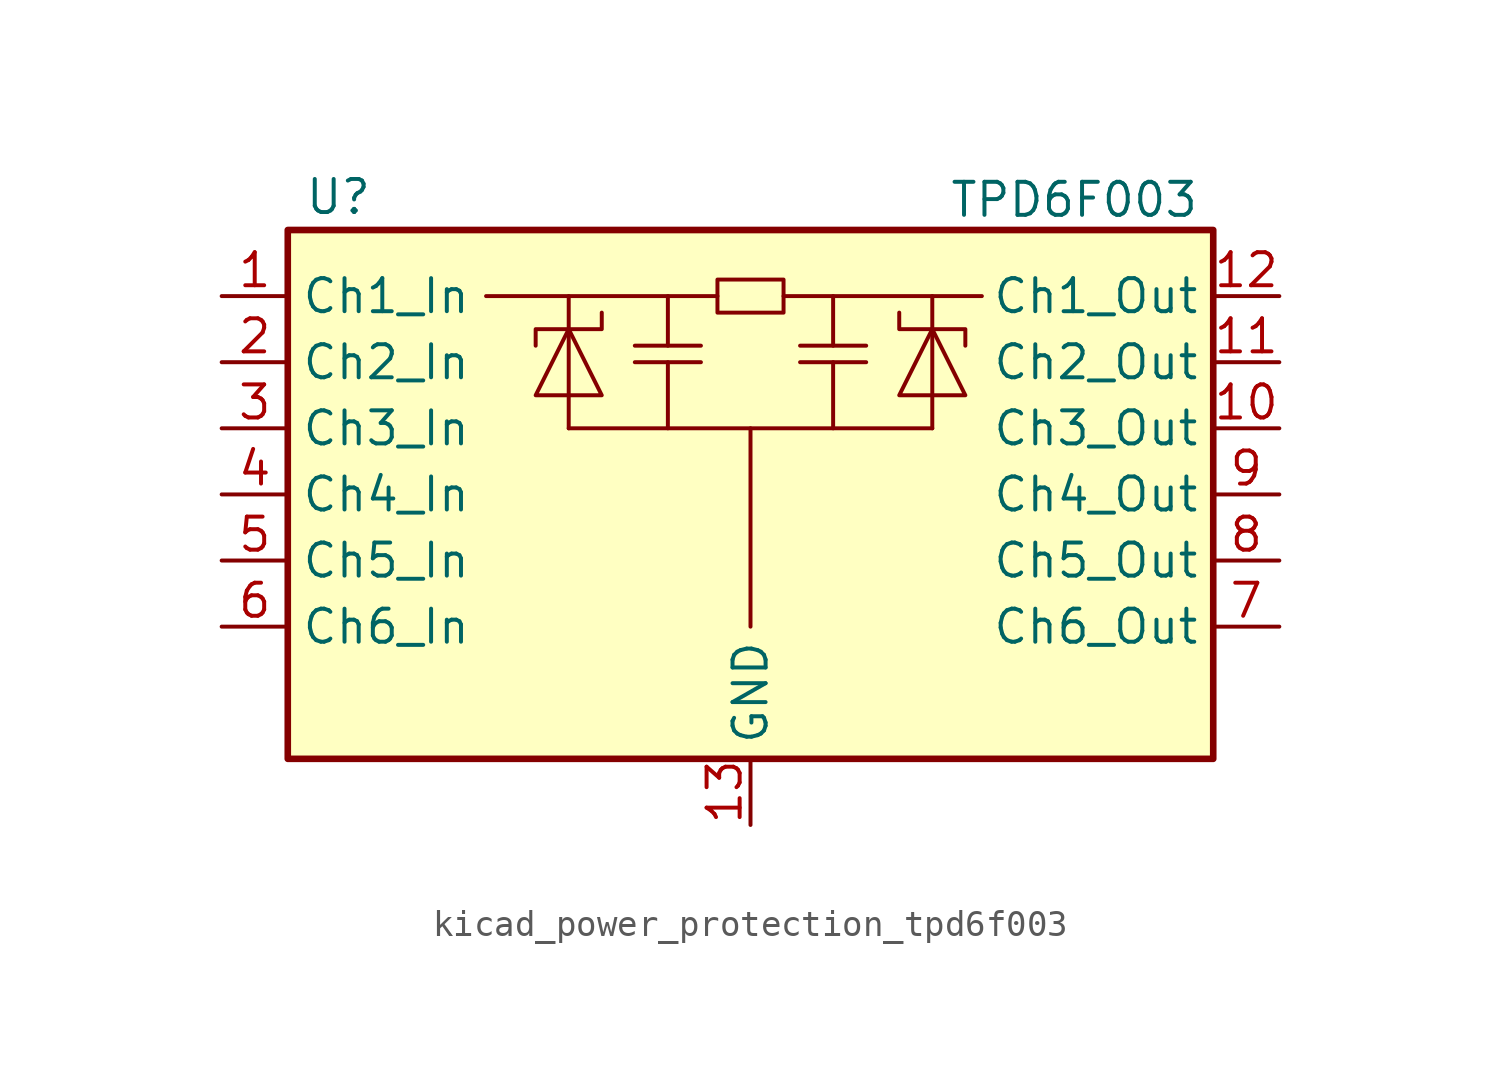
<source format=kicad_sym>
(kicad_symbol_lib
  (version 20220914)
  (generator kicad_symbol_editor)
  (symbol "kicad_power_protection_tpd6f003"
    (property "Reference" "U"
      (at -17.145 11.43 0)
      (effects (font (size 1.27 1.27)) (justify left)))
    (property "Value" "TPD6F003"
      (at 7.62 12.065 0)
      (effects (font (size 1.27 1.27)) (justify left top)))
    (symbol "kicad_power_protection_tpd6f003_0_1"
      (rectangle (start -17.78 10.16) (end 17.78 -10.16) (stroke (width 0.254) (type default)) (fill (type background)))
      (polyline (pts (xy -6.985 2.54) (xy 6.985 2.54)) (stroke (width 0) (type default)) (fill (type none)))
      (polyline (pts (xy -6.985 6.35) (xy -6.985 7.62)) (stroke (width 0) (type default)) (fill (type none)))
      (polyline (pts (xy -4.445 5.715) (xy -1.905 5.715)) (stroke (width 0) (type default)) (fill (type none)))
      (polyline (pts (xy -3.175 5.08) (xy -3.175 2.54)) (stroke (width 0) (type default)) (fill (type none)))
      (polyline (pts (xy -3.175 7.62) (xy -3.175 5.715)) (stroke (width 0) (type default)) (fill (type none)))
      (polyline (pts (xy -1.905 5.08) (xy -4.445 5.08)) (stroke (width 0) (type default)) (fill (type none)))
      (polyline (pts (xy -1.27 7.62) (xy -10.16 7.62)) (stroke (width 0) (type default)) (fill (type none)))
      (polyline (pts (xy 0 2.54) (xy 0 -5.08)) (stroke (width 0) (type default)) (fill (type none)))
      (polyline (pts (xy 1.27 7.62) (xy 8.89 7.62)) (stroke (width 0) (type default)) (fill (type none)))
      (polyline (pts (xy 1.905 5.715) (xy 4.445 5.715)) (stroke (width 0) (type default)) (fill (type none)))
      (polyline (pts (xy 3.175 5.08) (xy 3.175 2.54)) (stroke (width 0) (type default)) (fill (type none)))
      (polyline (pts (xy 3.175 7.62) (xy 3.175 5.715)) (stroke (width 0) (type default)) (fill (type none)))
      (polyline (pts (xy 4.445 5.08) (xy 1.905 5.08)) (stroke (width 0) (type default)) (fill (type none)))
      (polyline (pts (xy 6.985 6.35) (xy 6.985 7.62)) (stroke (width 0) (type default)) (fill (type none)))
      (polyline (pts (xy -6.985 3.81) (xy -6.985 6.35) (xy -6.985 2.54)) (stroke (width 0) (type default)) (fill (type none)))
      (polyline (pts (xy 6.985 3.81) (xy 6.985 6.35) (xy 6.985 2.54)) (stroke (width 0) (type default)) (fill (type none)))
      (polyline (pts (xy -6.985 6.35) (xy -5.715 3.81) (xy -8.255 3.81) (xy -6.985 6.35)) (stroke (width 0) (type default)) (fill (type none)))
      (polyline (pts (xy -5.715 6.985) (xy -5.715 6.35) (xy -8.255 6.35) (xy -8.255 5.715)) (stroke (width 0) (type default)) (fill (type none)))
      (polyline (pts (xy 5.715 6.985) (xy 5.715 6.35) (xy 8.255 6.35) (xy 8.255 5.715)) (stroke (width 0) (type default)) (fill (type none)))
      (polyline (pts (xy 6.985 6.35) (xy 5.715 3.81) (xy 8.255 3.81) (xy 6.985 6.35)) (stroke (width 0) (type default)) (fill (type none)))
      (polyline (pts (xy -1.27 7.62) (xy -1.27 6.985) (xy 1.27 6.985) (xy 1.27 8.255) (xy -1.27 8.255) (xy -1.27 7.62)) (stroke (width 0) (type default)) (fill (type none))))
    (symbol "kicad_power_protection_tpd6f003_1_1"
      (pin passive line (at -20.32 7.62 0) (length 2.54) (name "Ch1_In" (effects (font (size 1.27 1.27)))) (number "1" (effects (font (size 1.27 1.27)))))
      (pin passive line (at 20.32 2.54 180) (length 2.54) (name "Ch3_Out" (effects (font (size 1.27 1.27)))) (number "10" (effects (font (size 1.27 1.27)))))
      (pin passive line (at 20.32 5.08 180) (length 2.54) (name "Ch2_Out" (effects (font (size 1.27 1.27)))) (number "11" (effects (font (size 1.27 1.27)))))
      (pin passive line (at 20.32 7.62 180) (length 2.54) (name "Ch1_Out" (effects (font (size 1.27 1.27)))) (number "12" (effects (font (size 1.27 1.27)))))
      (pin power_in line (at 0 -12.7 90) (length 2.54) (name "GND" (effects (font (size 1.27 1.27)))) (number "13" (effects (font (size 1.27 1.27)))))
      (pin passive line (at -20.32 5.08 0) (length 2.54) (name "Ch2_In" (effects (font (size 1.27 1.27)))) (number "2" (effects (font (size 1.27 1.27)))))
      (pin passive line (at -20.32 2.54 0) (length 2.54) (name "Ch3_In" (effects (font (size 1.27 1.27)))) (number "3" (effects (font (size 1.27 1.27)))))
      (pin passive line (at -20.32 0 0) (length 2.54) (name "Ch4_In" (effects (font (size 1.27 1.27)))) (number "4" (effects (font (size 1.27 1.27)))))
      (pin passive line (at -20.32 -2.54 0) (length 2.54) (name "Ch5_In" (effects (font (size 1.27 1.27)))) (number "5" (effects (font (size 1.27 1.27)))))
      (pin passive line (at -20.32 -5.08 0) (length 2.54) (name "Ch6_In" (effects (font (size 1.27 1.27)))) (number "6" (effects (font (size 1.27 1.27)))))
      (pin passive line (at 20.32 -5.08 180) (length 2.54) (name "Ch6_Out" (effects (font (size 1.27 1.27)))) (number "7" (effects (font (size 1.27 1.27)))))
      (pin passive line (at 20.32 -2.54 180) (length 2.54) (name "Ch5_Out" (effects (font (size 1.27 1.27)))) (number "8" (effects (font (size 1.27 1.27)))))
      (pin passive line (at 20.32 0 180) (length 2.54) (name "Ch4_Out" (effects (font (size 1.27 1.27)))) (number "9" (effects (font (size 1.27 1.27))))))))
</source>
